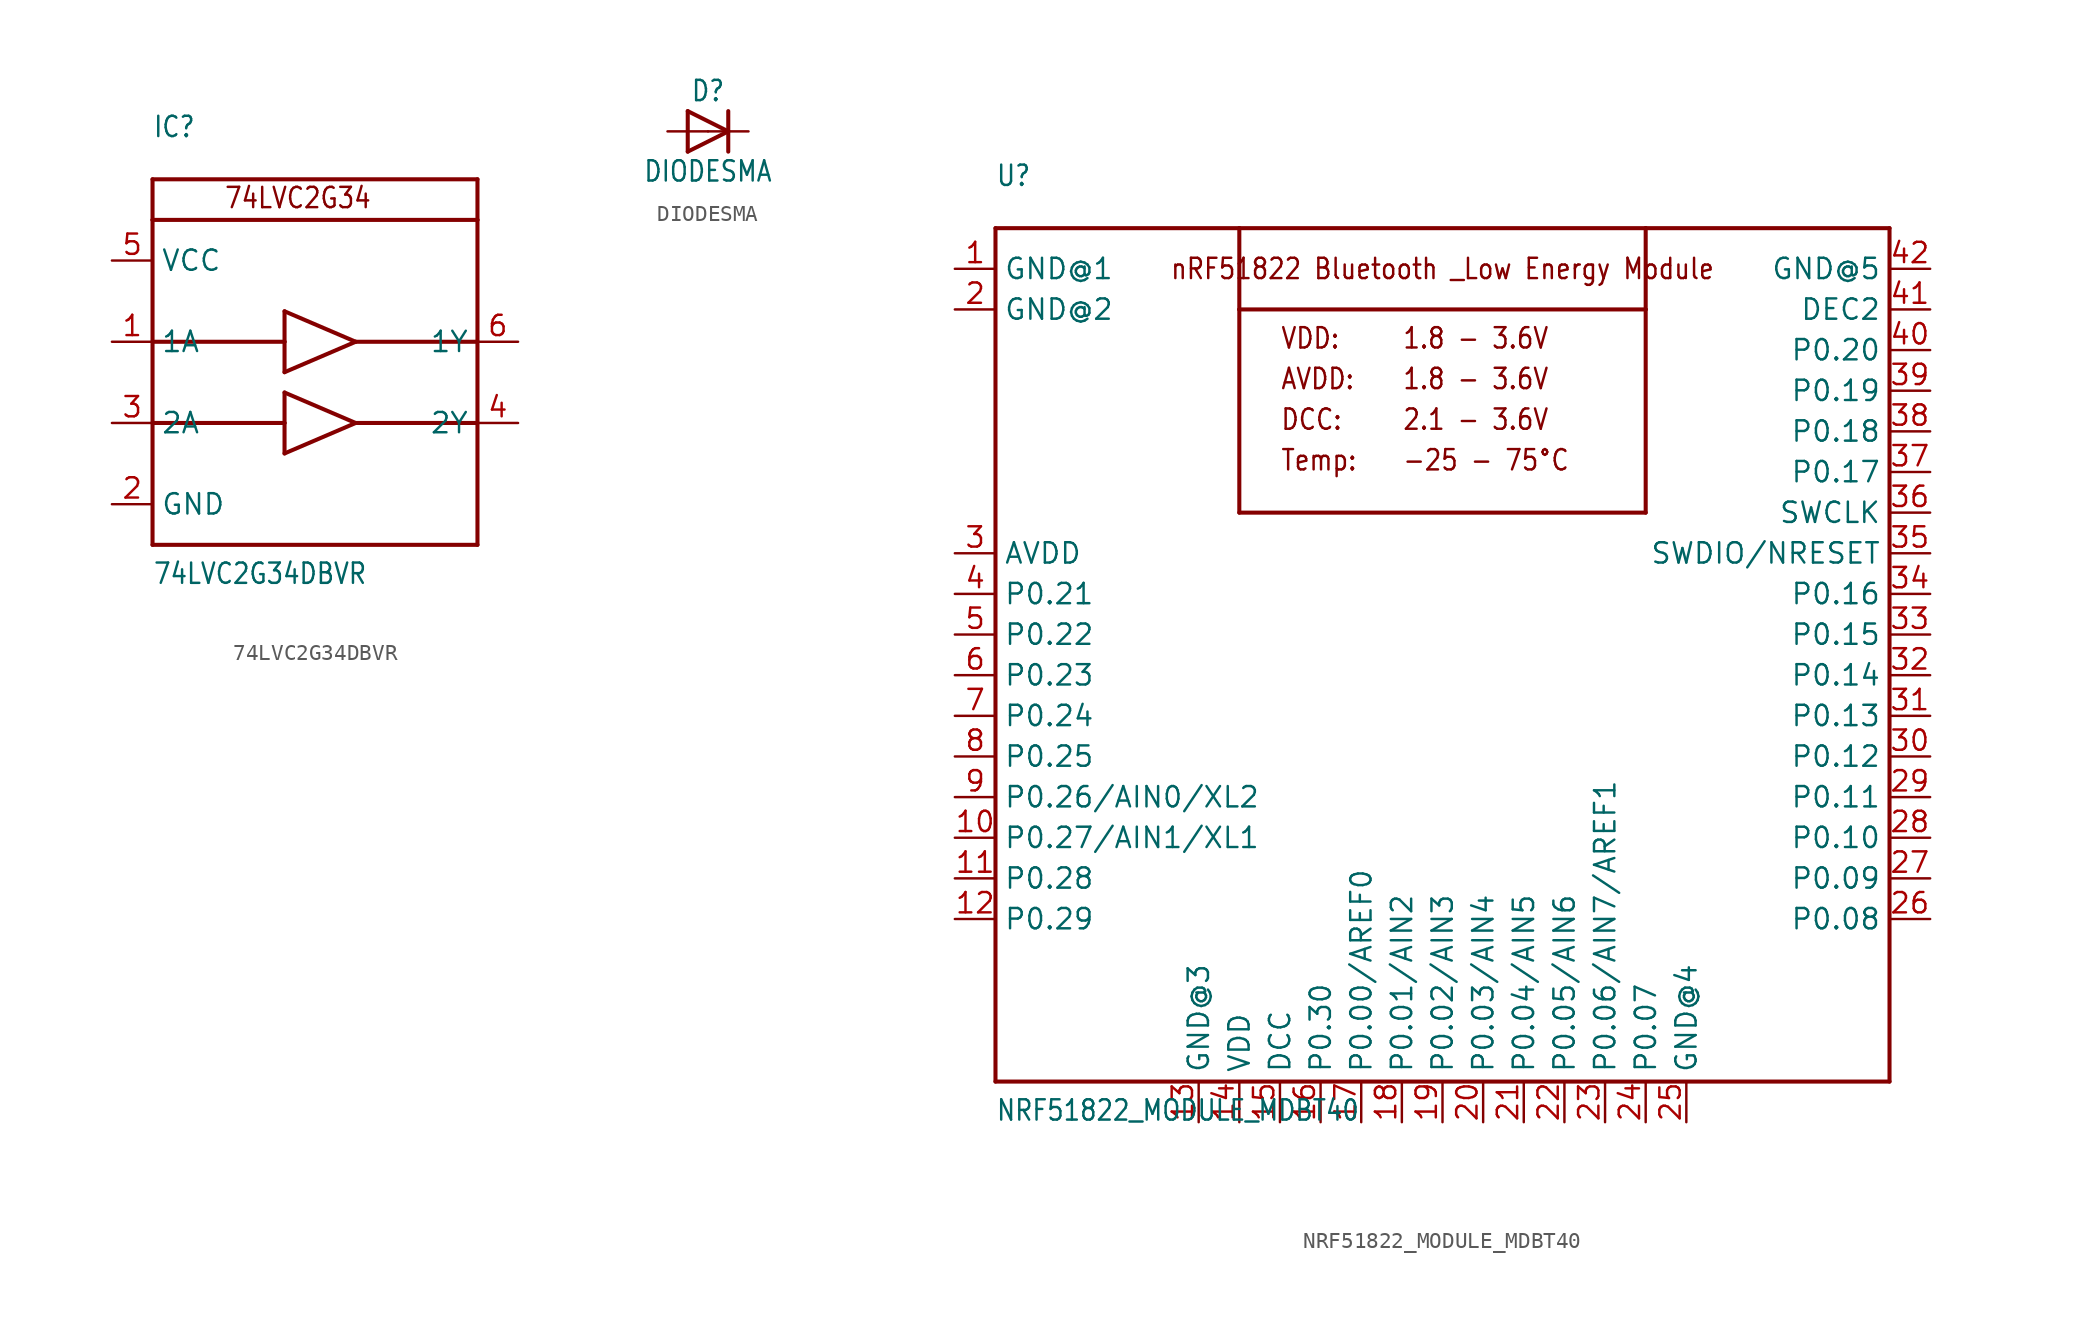
<source format=kicad_sym>
(kicad_symbol_lib
  (version 20211014)
  (generator kicad_symbol_editor)
  (symbol "74LVC2G34DBVR"
    (property "Reference" "IC"
      (at -7.62 15.24 0)
      (effects (font (size 1.27 1.079)) (justify left bottom)))
    (property "Value" "74LVC2G34DBVR"
      (at -7.62 -12.7 0)
      (effects (font (size 1.27 1.079)) (justify left bottom)))
    (property "ki_locked" ""
      (at 0 0 0)
      (effects (font (size 1.27 1.27))))
    (symbol "74LVC2G34DBVR_1_0"
      (polyline (pts (xy -7.62 -10.16) (xy -7.62 10.16)) (stroke (width 0.254) (type default) (color 0 0 0 0)) (fill (type none)))
      (polyline (pts (xy -7.62 -2.54) (xy 0.635 -2.54)) (stroke (width 0.254) (type default) (color 0 0 0 0)) (fill (type none)))
      (polyline (pts (xy -7.62 2.54) (xy 0.635 2.54)) (stroke (width 0.254) (type default) (color 0 0 0 0)) (fill (type none)))
      (polyline (pts (xy -7.62 10.16) (xy -7.62 12.7)) (stroke (width 0.254) (type default) (color 0 0 0 0)) (fill (type none)))
      (polyline (pts (xy -7.62 10.16) (xy 12.7 10.16)) (stroke (width 0.254) (type default) (color 0 0 0 0)) (fill (type none)))
      (polyline (pts (xy -7.62 12.7) (xy 12.7 12.7)) (stroke (width 0.254) (type default) (color 0 0 0 0)) (fill (type none)))
      (polyline (pts (xy 0.635 -4.445) (xy 5.08 -2.54)) (stroke (width 0.254) (type default) (color 0 0 0 0)) (fill (type none)))
      (polyline (pts (xy 0.635 -2.54) (xy 0.635 -4.445)) (stroke (width 0.254) (type default) (color 0 0 0 0)) (fill (type none)))
      (polyline (pts (xy 0.635 -0.635) (xy 0.635 -2.54)) (stroke (width 0.254) (type default) (color 0 0 0 0)) (fill (type none)))
      (polyline (pts (xy 0.635 0.635) (xy 5.08 2.54)) (stroke (width 0.254) (type default) (color 0 0 0 0)) (fill (type none)))
      (polyline (pts (xy 0.635 2.54) (xy 0.635 0.635)) (stroke (width 0.254) (type default) (color 0 0 0 0)) (fill (type none)))
      (polyline (pts (xy 0.635 4.445) (xy 0.635 2.54)) (stroke (width 0.254) (type default) (color 0 0 0 0)) (fill (type none)))
      (polyline (pts (xy 5.08 -2.54) (xy 0.635 -0.635)) (stroke (width 0.254) (type default) (color 0 0 0 0)) (fill (type none)))
      (polyline (pts (xy 5.08 -2.54) (xy 12.7 -2.54)) (stroke (width 0.254) (type default) (color 0 0 0 0)) (fill (type none)))
      (polyline (pts (xy 5.08 2.54) (xy 0.635 4.445)) (stroke (width 0.254) (type default) (color 0 0 0 0)) (fill (type none)))
      (polyline (pts (xy 5.08 2.54) (xy 12.7 2.54)) (stroke (width 0.254) (type default) (color 0 0 0 0)) (fill (type none)))
      (polyline (pts (xy 12.7 -10.16) (xy -7.62 -10.16)) (stroke (width 0.254) (type default) (color 0 0 0 0)) (fill (type none)))
      (polyline (pts (xy 12.7 -2.54) (xy 12.7 -10.16)) (stroke (width 0.254) (type default) (color 0 0 0 0)) (fill (type none)))
      (polyline (pts (xy 12.7 2.54) (xy 12.7 -2.54)) (stroke (width 0.254) (type default) (color 0 0 0 0)) (fill (type none)))
      (polyline (pts (xy 12.7 10.16) (xy 12.7 2.54)) (stroke (width 0.254) (type default) (color 0 0 0 0)) (fill (type none)))
      (polyline (pts (xy 12.7 10.16) (xy 12.7 12.7)) (stroke (width 0.254) (type default) (color 0 0 0 0)) (fill (type none)))
      (text "74LVC2G34" (at -3.175 10.795 0) (effects (font (size 1.27 1.079)) (justify left bottom)))
      (pin input line (at -10.16 2.54 0) (length 2.54) (name "1A" (effects (font (size 1.27 1.27)))) (number "1" (effects (font (size 1.27 1.27)))))
      (pin power_in line (at -10.16 -7.62 0) (length 2.54) (name "GND" (effects (font (size 1.27 1.27)))) (number "2" (effects (font (size 1.27 1.27)))))
      (pin input line (at -10.16 -2.54 0) (length 2.54) (name "2A" (effects (font (size 1.27 1.27)))) (number "3" (effects (font (size 1.27 1.27)))))
      (pin output line (at 15.24 -2.54 180) (length 2.54) (name "2Y" (effects (font (size 1.27 1.27)))) (number "4" (effects (font (size 1.27 1.27)))))
      (pin power_in line (at -10.16 7.62 0) (length 2.54) (name "VCC" (effects (font (size 1.27 1.27)))) (number "5" (effects (font (size 1.27 1.27)))))
      (pin output line (at 15.24 2.54 180) (length 2.54) (name "1Y" (effects (font (size 1.27 1.27)))) (number "6" (effects (font (size 1.27 1.27)))))))
  (symbol "DIODESMA"
    (property "Reference" "D"
      (at 0 2.54 0)
      (effects (font (size 1.27 1.079))))
    (property "Value" "DIODESMA"
      (at 0 -2.5 0)
      (effects (font (size 1.27 1.079))))
    (property "ki_locked" ""
      (at 0 0 0)
      (effects (font (size 1.27 1.27))))
    (symbol "DIODESMA_1_0"
      (polyline (pts (xy -1.27 -1.27) (xy 1.27 0)) (stroke (width 0.254) (type default) (color 0 0 0 0)) (fill (type none)))
      (polyline (pts (xy -1.27 1.27) (xy -1.27 -1.27)) (stroke (width 0.254) (type default) (color 0 0 0 0)) (fill (type none)))
      (polyline (pts (xy 1.27 0) (xy -1.27 1.27)) (stroke (width 0.254) (type default) (color 0 0 0 0)) (fill (type none)))
      (polyline (pts (xy 1.27 0) (xy 1.27 -1.27)) (stroke (width 0.254) (type default) (color 0 0 0 0)) (fill (type none)))
      (polyline (pts (xy 1.27 1.27) (xy 1.27 0)) (stroke (width 0.254) (type default) (color 0 0 0 0)) (fill (type none)))
      (pin passive line (at -2.54 0 0) (length 2.54) (name "A" (effects (font (size 0 0)))) (number "A" (effects (font (size 0 0)))))
      (pin passive line (at 2.54 0 180) (length 2.54) (name "C" (effects (font (size 0 0)))) (number "C" (effects (font (size 0 0)))))))
  (symbol "NRF51822_MODULE_MDBT40"
    (property "Reference" "U"
      (at -27.94 27.94 0)
      (effects (font (size 1.27 1.079)) (justify left bottom)))
    (property "Value" "NRF51822_MODULE_MDBT40"
      (at -27.94 -30.48 0)
      (effects (font (size 1.27 1.079)) (justify left bottom)))
    (property "ki_locked" ""
      (at 0 0 0)
      (effects (font (size 1.27 1.27))))
    (symbol "NRF51822_MODULE_MDBT40_1_0"
      (polyline (pts (xy -27.94 -27.94) (xy -27.94 25.4)) (stroke (width 0.254) (type default) (color 0 0 0 0)) (fill (type none)))
      (polyline (pts (xy -27.94 25.4) (xy -12.7 25.4)) (stroke (width 0.254) (type default) (color 0 0 0 0)) (fill (type none)))
      (polyline (pts (xy -12.7 7.62) (xy 12.7 7.62)) (stroke (width 0.254) (type default) (color 0 0 0 0)) (fill (type none)))
      (polyline (pts (xy -12.7 20.32) (xy -12.7 7.62)) (stroke (width 0.254) (type default) (color 0 0 0 0)) (fill (type none)))
      (polyline (pts (xy -12.7 20.32) (xy 12.7 20.32)) (stroke (width 0.254) (type default) (color 0 0 0 0)) (fill (type none)))
      (polyline (pts (xy -12.7 25.4) (xy -12.7 20.32)) (stroke (width 0.254) (type default) (color 0 0 0 0)) (fill (type none)))
      (polyline (pts (xy -12.7 25.4) (xy 12.7 25.4)) (stroke (width 0.254) (type default) (color 0 0 0 0)) (fill (type none)))
      (polyline (pts (xy 12.7 7.62) (xy 12.7 20.32)) (stroke (width 0.254) (type default) (color 0 0 0 0)) (fill (type none)))
      (polyline (pts (xy 12.7 20.32) (xy 12.7 25.4)) (stroke (width 0.254) (type default) (color 0 0 0 0)) (fill (type none)))
      (polyline (pts (xy 12.7 25.4) (xy 27.94 25.4)) (stroke (width 0.254) (type default) (color 0 0 0 0)) (fill (type none)))
      (polyline (pts (xy 27.94 -27.94) (xy -27.94 -27.94)) (stroke (width 0.254) (type default) (color 0 0 0 0)) (fill (type none)))
      (polyline (pts (xy 27.94 25.4) (xy 27.94 -27.94)) (stroke (width 0.254) (type default) (color 0 0 0 0)) (fill (type none)))
      (text "-25 - 75°C" (at -2.54 10.16 0) (effects (font (size 1.27 1.079)) (justify left bottom)))
      (text "1.8 - 3.6V" (at -2.54 15.24 0) (effects (font (size 1.27 1.079)) (justify left bottom)))
      (text "1.8 - 3.6V" (at -2.54 17.78 0) (effects (font (size 1.27 1.079)) (justify left bottom)))
      (text "2.1 - 3.6V" (at -2.54 12.7 0) (effects (font (size 1.27 1.079)) (justify left bottom)))
      (text "AVDD:" (at -10.16 15.24 0) (effects (font (size 1.27 1.079)) (justify left bottom)))
      (text "DCC:" (at -10.16 12.7 0) (effects (font (size 1.27 1.079)) (justify left bottom)))
      (text "nRF51822 Bluetooth _Low Energy Module" (at 0 22.86 0) (effects (font (size 1.27 1.079))))
      (text "Temp:" (at -10.16 10.16 0) (effects (font (size 1.27 1.079)) (justify left bottom)))
      (text "VDD:" (at -10.16 17.78 0) (effects (font (size 1.27 1.079)) (justify left bottom)))
      (pin power_in line (at -30.48 22.86 0) (length 2.54) (name "GND@1" (effects (font (size 1.27 1.27)))) (number "1" (effects (font (size 1.27 1.27)))))
      (pin bidirectional line (at -30.48 -12.7 0) (length 2.54) (name "P0.27/AIN1/XL1" (effects (font (size 1.27 1.27)))) (number "10" (effects (font (size 1.27 1.27)))))
      (pin bidirectional line (at -30.48 -15.24 0) (length 2.54) (name "P0.28" (effects (font (size 1.27 1.27)))) (number "11" (effects (font (size 1.27 1.27)))))
      (pin bidirectional line (at -30.48 -17.78 0) (length 2.54) (name "P0.29" (effects (font (size 1.27 1.27)))) (number "12" (effects (font (size 1.27 1.27)))))
      (pin power_in line (at -15.24 -30.48 90) (length 2.54) (name "GND@3" (effects (font (size 1.27 1.27)))) (number "13" (effects (font (size 1.27 1.27)))))
      (pin power_in line (at -12.7 -30.48 90) (length 2.54) (name "VDD" (effects (font (size 1.27 1.27)))) (number "14" (effects (font (size 1.27 1.27)))))
      (pin power_in line (at -10.16 -30.48 90) (length 2.54) (name "DCC" (effects (font (size 1.27 1.27)))) (number "15" (effects (font (size 1.27 1.27)))))
      (pin bidirectional line (at -7.62 -30.48 90) (length 2.54) (name "P0.30" (effects (font (size 1.27 1.27)))) (number "16" (effects (font (size 1.27 1.27)))))
      (pin bidirectional line (at -5.08 -30.48 90) (length 2.54) (name "P0.00/AREF0" (effects (font (size 1.27 1.27)))) (number "17" (effects (font (size 1.27 1.27)))))
      (pin bidirectional line (at -2.54 -30.48 90) (length 2.54) (name "P0.01/AIN2" (effects (font (size 1.27 1.27)))) (number "18" (effects (font (size 1.27 1.27)))))
      (pin bidirectional line (at 0 -30.48 90) (length 2.54) (name "P0.02/AIN3" (effects (font (size 1.27 1.27)))) (number "19" (effects (font (size 1.27 1.27)))))
      (pin power_in line (at -30.48 20.32 0) (length 2.54) (name "GND@2" (effects (font (size 1.27 1.27)))) (number "2" (effects (font (size 1.27 1.27)))))
      (pin bidirectional line (at 2.54 -30.48 90) (length 2.54) (name "P0.03/AIN4" (effects (font (size 1.27 1.27)))) (number "20" (effects (font (size 1.27 1.27)))))
      (pin bidirectional line (at 5.08 -30.48 90) (length 2.54) (name "P0.04/AIN5" (effects (font (size 1.27 1.27)))) (number "21" (effects (font (size 1.27 1.27)))))
      (pin bidirectional line (at 7.62 -30.48 90) (length 2.54) (name "P0.05/AIN6" (effects (font (size 1.27 1.27)))) (number "22" (effects (font (size 1.27 1.27)))))
      (pin bidirectional line (at 10.16 -30.48 90) (length 2.54) (name "P0.06/AIN7/AREF1" (effects (font (size 1.27 1.27)))) (number "23" (effects (font (size 1.27 1.27)))))
      (pin bidirectional line (at 12.7 -30.48 90) (length 2.54) (name "P0.07" (effects (font (size 1.27 1.27)))) (number "24" (effects (font (size 1.27 1.27)))))
      (pin power_in line (at 15.24 -30.48 90) (length 2.54) (name "GND@4" (effects (font (size 1.27 1.27)))) (number "25" (effects (font (size 1.27 1.27)))))
      (pin bidirectional line (at 30.48 -17.78 180) (length 2.54) (name "P0.08" (effects (font (size 1.27 1.27)))) (number "26" (effects (font (size 1.27 1.27)))))
      (pin bidirectional line (at 30.48 -15.24 180) (length 2.54) (name "P0.09" (effects (font (size 1.27 1.27)))) (number "27" (effects (font (size 1.27 1.27)))))
      (pin bidirectional line (at 30.48 -12.7 180) (length 2.54) (name "P0.10" (effects (font (size 1.27 1.27)))) (number "28" (effects (font (size 1.27 1.27)))))
      (pin bidirectional line (at 30.48 -10.16 180) (length 2.54) (name "P0.11" (effects (font (size 1.27 1.27)))) (number "29" (effects (font (size 1.27 1.27)))))
      (pin power_in line (at -30.48 5.08 0) (length 2.54) (name "AVDD" (effects (font (size 1.27 1.27)))) (number "3" (effects (font (size 1.27 1.27)))))
      (pin bidirectional line (at 30.48 -7.62 180) (length 2.54) (name "P0.12" (effects (font (size 1.27 1.27)))) (number "30" (effects (font (size 1.27 1.27)))))
      (pin bidirectional line (at 30.48 -5.08 180) (length 2.54) (name "P0.13" (effects (font (size 1.27 1.27)))) (number "31" (effects (font (size 1.27 1.27)))))
      (pin bidirectional line (at 30.48 -2.54 180) (length 2.54) (name "P0.14" (effects (font (size 1.27 1.27)))) (number "32" (effects (font (size 1.27 1.27)))))
      (pin bidirectional line (at 30.48 0 180) (length 2.54) (name "P0.15" (effects (font (size 1.27 1.27)))) (number "33" (effects (font (size 1.27 1.27)))))
      (pin bidirectional line (at 30.48 2.54 180) (length 2.54) (name "P0.16" (effects (font (size 1.27 1.27)))) (number "34" (effects (font (size 1.27 1.27)))))
      (pin bidirectional line (at 30.48 5.08 180) (length 2.54) (name "SWDIO/NRESET" (effects (font (size 1.27 1.27)))) (number "35" (effects (font (size 1.27 1.27)))))
      (pin bidirectional line (at 30.48 7.62 180) (length 2.54) (name "SWCLK" (effects (font (size 1.27 1.27)))) (number "36" (effects (font (size 1.27 1.27)))))
      (pin bidirectional line (at 30.48 10.16 180) (length 2.54) (name "P0.17" (effects (font (size 1.27 1.27)))) (number "37" (effects (font (size 1.27 1.27)))))
      (pin bidirectional line (at 30.48 12.7 180) (length 2.54) (name "P0.18" (effects (font (size 1.27 1.27)))) (number "38" (effects (font (size 1.27 1.27)))))
      (pin bidirectional line (at 30.48 15.24 180) (length 2.54) (name "P0.19" (effects (font (size 1.27 1.27)))) (number "39" (effects (font (size 1.27 1.27)))))
      (pin bidirectional line (at -30.48 2.54 0) (length 2.54) (name "P0.21" (effects (font (size 1.27 1.27)))) (number "4" (effects (font (size 1.27 1.27)))))
      (pin bidirectional line (at 30.48 17.78 180) (length 2.54) (name "P0.20" (effects (font (size 1.27 1.27)))) (number "40" (effects (font (size 1.27 1.27)))))
      (pin power_in line (at 30.48 20.32 180) (length 2.54) (name "DEC2" (effects (font (size 1.27 1.27)))) (number "41" (effects (font (size 1.27 1.27)))))
      (pin power_in line (at 30.48 22.86 180) (length 2.54) (name "GND@5" (effects (font (size 1.27 1.27)))) (number "42" (effects (font (size 1.27 1.27)))))
      (pin bidirectional line (at -30.48 0 0) (length 2.54) (name "P0.22" (effects (font (size 1.27 1.27)))) (number "5" (effects (font (size 1.27 1.27)))))
      (pin bidirectional line (at -30.48 -2.54 0) (length 2.54) (name "P0.23" (effects (font (size 1.27 1.27)))) (number "6" (effects (font (size 1.27 1.27)))))
      (pin bidirectional line (at -30.48 -5.08 0) (length 2.54) (name "P0.24" (effects (font (size 1.27 1.27)))) (number "7" (effects (font (size 1.27 1.27)))))
      (pin bidirectional line (at -30.48 -7.62 0) (length 2.54) (name "P0.25" (effects (font (size 1.27 1.27)))) (number "8" (effects (font (size 1.27 1.27)))))
      (pin bidirectional line (at -30.48 -10.16 0) (length 2.54) (name "P0.26/AIN0/XL2" (effects (font (size 1.27 1.27)))) (number "9" (effects (font (size 1.27 1.27))))))))
</source>
